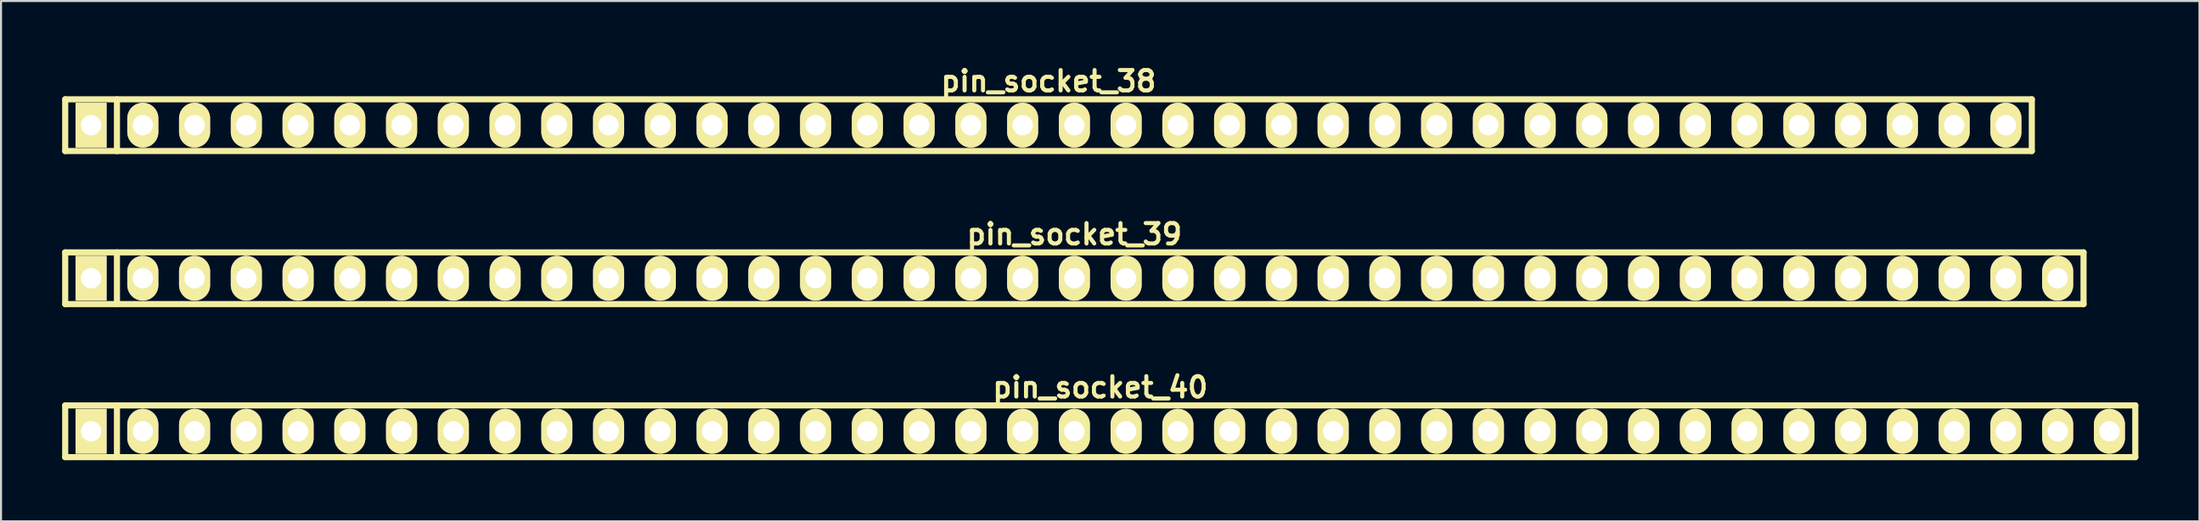
<source format=kicad_pcb>
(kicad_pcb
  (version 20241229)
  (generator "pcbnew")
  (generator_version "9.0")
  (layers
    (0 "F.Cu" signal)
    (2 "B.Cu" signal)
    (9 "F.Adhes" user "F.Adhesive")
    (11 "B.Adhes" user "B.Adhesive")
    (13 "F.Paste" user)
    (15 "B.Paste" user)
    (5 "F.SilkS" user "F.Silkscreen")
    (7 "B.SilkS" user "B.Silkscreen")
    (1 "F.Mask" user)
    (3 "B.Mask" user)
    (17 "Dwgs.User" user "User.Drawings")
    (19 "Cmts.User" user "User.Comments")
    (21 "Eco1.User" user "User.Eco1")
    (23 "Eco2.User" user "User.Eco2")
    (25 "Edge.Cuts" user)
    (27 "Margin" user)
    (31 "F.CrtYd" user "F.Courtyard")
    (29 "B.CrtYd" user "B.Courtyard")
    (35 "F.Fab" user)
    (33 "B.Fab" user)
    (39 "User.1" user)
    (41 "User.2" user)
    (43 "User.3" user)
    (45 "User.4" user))
  (footprint "pin_socket_40"
    (layer "F.Cu")
    (at 50.95 18.125)
    (property "Reference" "pin_socket_40" (at 0 -2.159 0) (layer "F.SilkS") (effects (font (size 1 1) (thickness 0.2))))
    (attr through_hole)
    (fp_line (start -50.8 -1.27) (end 50.8 -1.27) (stroke (width 0.3) (type solid)) (layer "F.SilkS"))
    (fp_line (start -50.8 1.27) (end -50.8 -1.27) (stroke (width 0.3) (type solid)) (layer "F.SilkS"))
    (fp_line (start -48.26 -1.27) (end -48.26 1.27) (stroke (width 0.3) (type solid)) (layer "F.SilkS"))
    (fp_line (start 50.8 -1.27) (end 50.8 1.27) (stroke (width 0.3) (type solid)) (layer "F.SilkS"))
    (fp_line (start 50.8 1.27) (end -50.8 1.27) (stroke (width 0.3) (type solid)) (layer "F.SilkS"))
    (pad "1" thru_hole rect (at -49.53 0) (size 1.524 2.2) (drill 1.001) (layers "*.Cu" "*.Mask" "F.SilkS"))
    (pad "2" thru_hole oval (at -46.99 0) (size 1.524 2.2) (drill 1.001) (layers "*.Cu" "*.Mask" "F.SilkS"))
    (pad "3" thru_hole oval (at -44.45 0) (size 1.524 2.2) (drill 1.001) (layers "*.Cu" "*.Mask" "F.SilkS"))
    (pad "4" thru_hole oval (at -41.91 0) (size 1.524 2.2) (drill 1.001) (layers "*.Cu" "*.Mask" "F.SilkS"))
    (pad "5" thru_hole oval (at -39.37 0) (size 1.524 2.2) (drill 1.001) (layers "*.Cu" "*.Mask" "F.SilkS"))
    (pad "6" thru_hole oval (at -36.83 0) (size 1.524 2.2) (drill 1.001) (layers "*.Cu" "*.Mask" "F.SilkS"))
    (pad "7" thru_hole oval (at -34.29 0) (size 1.524 2.2) (drill 1.001) (layers "*.Cu" "*.Mask" "F.SilkS"))
    (pad "8" thru_hole oval (at -31.75 0) (size 1.524 2.2) (drill 1.001) (layers "*.Cu" "*.Mask" "F.SilkS"))
    (pad "9" thru_hole oval (at -29.21 0) (size 1.524 2.2) (drill 1.001) (layers "*.Cu" "*.Mask" "F.SilkS"))
    (pad "10" thru_hole oval (at -26.67 0) (size 1.524 2.2) (drill 1.001) (layers "*.Cu" "*.Mask" "F.SilkS"))
    (pad "11" thru_hole oval (at -24.13 0) (size 1.524 2.2) (drill 1.001) (layers "*.Cu" "*.Mask" "F.SilkS"))
    (pad "12" thru_hole oval (at -21.59 0) (size 1.524 2.2) (drill 1.001) (layers "*.Cu" "*.Mask" "F.SilkS"))
    (pad "13" thru_hole oval (at -19.05 0) (size 1.524 2.2) (drill 1.001) (layers "*.Cu" "*.Mask" "F.SilkS"))
    (pad "14" thru_hole oval (at -16.51 0) (size 1.524 2.2) (drill 1.001) (layers "*.Cu" "*.Mask" "F.SilkS"))
    (pad "15" thru_hole oval (at -13.97 0) (size 1.524 2.2) (drill 1.001) (layers "*.Cu" "*.Mask" "F.SilkS"))
    (pad "16" thru_hole oval (at -11.43 0) (size 1.524 2.2) (drill 1.001) (layers "*.Cu" "*.Mask" "F.SilkS"))
    (pad "17" thru_hole oval (at -8.89 0) (size 1.524 2.2) (drill 1.001) (layers "*.Cu" "*.Mask" "F.SilkS"))
    (pad "18" thru_hole oval (at -6.35 0) (size 1.524 2.2) (drill 1.001) (layers "*.Cu" "*.Mask" "F.SilkS"))
    (pad "19" thru_hole oval (at -3.81 0) (size 1.524 2.2) (drill 1.001) (layers "*.Cu" "*.Mask" "F.SilkS"))
    (pad "20" thru_hole oval (at -1.27 0) (size 1.524 2.2) (drill 1.001) (layers "*.Cu" "*.Mask" "F.SilkS"))
    (pad "21" thru_hole oval (at 1.27 0) (size 1.524 2.2) (drill 1.001) (layers "*.Cu" "*.Mask" "F.SilkS"))
    (pad "22" thru_hole oval (at 3.81 0) (size 1.524 2.2) (drill 1.001) (layers "*.Cu" "*.Mask" "F.SilkS"))
    (pad "23" thru_hole oval (at 6.35 0) (size 1.524 2.2) (drill 1.001) (layers "*.Cu" "*.Mask" "F.SilkS"))
    (pad "24" thru_hole oval (at 8.89 0) (size 1.524 2.2) (drill 1.001) (layers "*.Cu" "*.Mask" "F.SilkS"))
    (pad "25" thru_hole oval (at 11.43 0) (size 1.524 2.2) (drill 1.001) (layers "*.Cu" "*.Mask" "F.SilkS"))
    (pad "26" thru_hole oval (at 13.97 0) (size 1.524 2.2) (drill 1.001) (layers "*.Cu" "*.Mask" "F.SilkS"))
    (pad "27" thru_hole oval (at 16.51 0) (size 1.524 2.2) (drill 1.001) (layers "*.Cu" "*.Mask" "F.SilkS"))
    (pad "28" thru_hole oval (at 19.05 0) (size 1.524 2.2) (drill 1.001) (layers "*.Cu" "*.Mask" "F.SilkS"))
    (pad "29" thru_hole oval (at 21.59 0) (size 1.524 2.2) (drill 1.001) (layers "*.Cu" "*.Mask" "F.SilkS"))
    (pad "30" thru_hole oval (at 24.13 0) (size 1.524 2.2) (drill 1.001) (layers "*.Cu" "*.Mask" "F.SilkS"))
    (pad "31" thru_hole oval (at 26.67 0) (size 1.524 2.2) (drill 1.001) (layers "*.Cu" "*.Mask" "F.SilkS"))
    (pad "32" thru_hole oval (at 29.21 0) (size 1.524 2.2) (drill 1.001) (layers "*.Cu" "*.Mask" "F.SilkS"))
    (pad "33" thru_hole oval (at 31.75 0) (size 1.524 2.2) (drill 1.001) (layers "*.Cu" "*.Mask" "F.SilkS"))
    (pad "34" thru_hole oval (at 34.29 0) (size 1.524 2.2) (drill 1.001) (layers "*.Cu" "*.Mask" "F.SilkS"))
    (pad "35" thru_hole oval (at 36.83 0) (size 1.524 2.2) (drill 1.001) (layers "*.Cu" "*.Mask" "F.SilkS"))
    (pad "36" thru_hole oval (at 39.37 0) (size 1.524 2.2) (drill 1.001) (layers "*.Cu" "*.Mask" "F.SilkS"))
    (pad "37" thru_hole oval (at 41.91 0) (size 1.524 2.2) (drill 1.001) (layers "*.Cu" "*.Mask" "F.SilkS"))
    (pad "38" thru_hole oval (at 44.45 0) (size 1.524 2.2) (drill 1.001) (layers "*.Cu" "*.Mask" "F.SilkS"))
    (pad "39" thru_hole oval (at 46.99 0) (size 1.524 2.2) (drill 1.001) (layers "*.Cu" "*.Mask" "F.SilkS"))
    (pad "40" thru_hole oval (at 49.53 0) (size 1.524 2.2) (drill 1.001) (layers "*.Cu" "*.Mask" "F.SilkS")))
  (footprint "pin_socket_39"
    (layer "F.Cu")
    (at 49.68 10.61)
    (property "Reference" "pin_socket_39" (at 0 -2.159 0) (layer "F.SilkS") (effects (font (size 1 1) (thickness 0.2))))
    (attr through_hole)
    (fp_line (start -49.53 -1.27) (end 49.53 -1.27) (stroke (width 0.3) (type solid)) (layer "F.SilkS"))
    (fp_line (start -49.53 1.27) (end -49.53 -1.27) (stroke (width 0.3) (type solid)) (layer "F.SilkS"))
    (fp_line (start -46.99 -1.27) (end -46.99 1.27) (stroke (width 0.3) (type solid)) (layer "F.SilkS"))
    (fp_line (start 49.53 -1.27) (end 49.53 1.27) (stroke (width 0.3) (type solid)) (layer "F.SilkS"))
    (fp_line (start 49.53 1.27) (end -49.53 1.27) (stroke (width 0.3) (type solid)) (layer "F.SilkS"))
    (pad "1" thru_hole rect (at -48.26 0) (size 1.524 2.2) (drill 1.001) (layers "*.Cu" "*.Mask" "F.SilkS"))
    (pad "2" thru_hole oval (at -45.72 0) (size 1.524 2.2) (drill 1.001) (layers "*.Cu" "*.Mask" "F.SilkS"))
    (pad "3" thru_hole oval (at -43.18 0) (size 1.524 2.2) (drill 1.001) (layers "*.Cu" "*.Mask" "F.SilkS"))
    (pad "4" thru_hole oval (at -40.64 0) (size 1.524 2.2) (drill 1.001) (layers "*.Cu" "*.Mask" "F.SilkS"))
    (pad "5" thru_hole oval (at -38.1 0) (size 1.524 2.2) (drill 1.001) (layers "*.Cu" "*.Mask" "F.SilkS"))
    (pad "6" thru_hole oval (at -35.56 0) (size 1.524 2.2) (drill 1.001) (layers "*.Cu" "*.Mask" "F.SilkS"))
    (pad "7" thru_hole oval (at -33.02 0) (size 1.524 2.2) (drill 1.001) (layers "*.Cu" "*.Mask" "F.SilkS"))
    (pad "8" thru_hole oval (at -30.48 0) (size 1.524 2.2) (drill 1.001) (layers "*.Cu" "*.Mask" "F.SilkS"))
    (pad "9" thru_hole oval (at -27.94 0) (size 1.524 2.2) (drill 1.001) (layers "*.Cu" "*.Mask" "F.SilkS"))
    (pad "10" thru_hole oval (at -25.4 0) (size 1.524 2.2) (drill 1.001) (layers "*.Cu" "*.Mask" "F.SilkS"))
    (pad "11" thru_hole oval (at -22.86 0) (size 1.524 2.2) (drill 1.001) (layers "*.Cu" "*.Mask" "F.SilkS"))
    (pad "12" thru_hole oval (at -20.32 0) (size 1.524 2.2) (drill 1.001) (layers "*.Cu" "*.Mask" "F.SilkS"))
    (pad "13" thru_hole oval (at -17.78 0) (size 1.524 2.2) (drill 1.001) (layers "*.Cu" "*.Mask" "F.SilkS"))
    (pad "14" thru_hole oval (at -15.24 0) (size 1.524 2.2) (drill 1.001) (layers "*.Cu" "*.Mask" "F.SilkS"))
    (pad "15" thru_hole oval (at -12.7 0) (size 1.524 2.2) (drill 1.001) (layers "*.Cu" "*.Mask" "F.SilkS"))
    (pad "16" thru_hole oval (at -10.16 0) (size 1.524 2.2) (drill 1.001) (layers "*.Cu" "*.Mask" "F.SilkS"))
    (pad "17" thru_hole oval (at -7.62 0) (size 1.524 2.2) (drill 1.001) (layers "*.Cu" "*.Mask" "F.SilkS"))
    (pad "18" thru_hole oval (at -5.08 0) (size 1.524 2.2) (drill 1.001) (layers "*.Cu" "*.Mask" "F.SilkS"))
    (pad "19" thru_hole oval (at -2.54 0) (size 1.524 2.2) (drill 1.001) (layers "*.Cu" "*.Mask" "F.SilkS"))
    (pad "20" thru_hole oval (at 0 0) (size 1.524 2.2) (drill 1.001) (layers "*.Cu" "*.Mask" "F.SilkS"))
    (pad "21" thru_hole oval (at 2.54 0) (size 1.524 2.2) (drill 1.001) (layers "*.Cu" "*.Mask" "F.SilkS"))
    (pad "22" thru_hole oval (at 5.08 0) (size 1.524 2.2) (drill 1.001) (layers "*.Cu" "*.Mask" "F.SilkS"))
    (pad "23" thru_hole oval (at 7.62 0) (size 1.524 2.2) (drill 1.001) (layers "*.Cu" "*.Mask" "F.SilkS"))
    (pad "24" thru_hole oval (at 10.16 0) (size 1.524 2.2) (drill 1.001) (layers "*.Cu" "*.Mask" "F.SilkS"))
    (pad "25" thru_hole oval (at 12.7 0) (size 1.524 2.2) (drill 1.001) (layers "*.Cu" "*.Mask" "F.SilkS"))
    (pad "26" thru_hole oval (at 15.24 0) (size 1.524 2.2) (drill 1.001) (layers "*.Cu" "*.Mask" "F.SilkS"))
    (pad "27" thru_hole oval (at 17.78 0) (size 1.524 2.2) (drill 1.001) (layers "*.Cu" "*.Mask" "F.SilkS"))
    (pad "28" thru_hole oval (at 20.32 0) (size 1.524 2.2) (drill 1.001) (layers "*.Cu" "*.Mask" "F.SilkS"))
    (pad "29" thru_hole oval (at 22.86 0) (size 1.524 2.2) (drill 1.001) (layers "*.Cu" "*.Mask" "F.SilkS"))
    (pad "30" thru_hole oval (at 25.4 0) (size 1.524 2.2) (drill 1.001) (layers "*.Cu" "*.Mask" "F.SilkS"))
    (pad "31" thru_hole oval (at 27.94 0) (size 1.524 2.2) (drill 1.001) (layers "*.Cu" "*.Mask" "F.SilkS"))
    (pad "32" thru_hole oval (at 30.48 0) (size 1.524 2.2) (drill 1.001) (layers "*.Cu" "*.Mask" "F.SilkS"))
    (pad "33" thru_hole oval (at 33.02 0) (size 1.524 2.2) (drill 1.001) (layers "*.Cu" "*.Mask" "F.SilkS"))
    (pad "34" thru_hole oval (at 35.56 0) (size 1.524 2.2) (drill 1.001) (layers "*.Cu" "*.Mask" "F.SilkS"))
    (pad "35" thru_hole oval (at 38.1 0) (size 1.524 2.2) (drill 1.001) (layers "*.Cu" "*.Mask" "F.SilkS"))
    (pad "36" thru_hole oval (at 40.64 0) (size 1.524 2.2) (drill 1.001) (layers "*.Cu" "*.Mask" "F.SilkS"))
    (pad "37" thru_hole oval (at 43.18 0) (size 1.524 2.2) (drill 1.001) (layers "*.Cu" "*.Mask" "F.SilkS"))
    (pad "38" thru_hole oval (at 45.72 0) (size 1.524 2.2) (drill 1.001) (layers "*.Cu" "*.Mask" "F.SilkS"))
    (pad "39" thru_hole oval (at 48.26 0) (size 1.524 2.2) (drill 1.001) (layers "*.Cu" "*.Mask" "F.SilkS")))
  (footprint "pin_socket_38"
    (layer "F.Cu")
    (at 48.41 3.095)
    (property "Reference" "pin_socket_38" (at 0 -2.159 0) (layer "F.SilkS") (effects (font (size 1 1) (thickness 0.2))))
    (attr through_hole)
    (fp_line (start -48.26 -1.27) (end 48.26 -1.27) (stroke (width 0.3) (type solid)) (layer "F.SilkS"))
    (fp_line (start -48.26 1.27) (end -48.26 -1.27) (stroke (width 0.3) (type solid)) (layer "F.SilkS"))
    (fp_line (start -45.72 -1.27) (end -45.72 1.27) (stroke (width 0.3) (type solid)) (layer "F.SilkS"))
    (fp_line (start 48.26 -1.27) (end 48.26 1.27) (stroke (width 0.3) (type solid)) (layer "F.SilkS"))
    (fp_line (start 48.26 1.27) (end -48.26 1.27) (stroke (width 0.3) (type solid)) (layer "F.SilkS"))
    (pad "1" thru_hole rect (at -46.99 0) (size 1.524 2.2) (drill 1.001) (layers "*.Cu" "*.Mask" "F.SilkS"))
    (pad "2" thru_hole oval (at -44.45 0) (size 1.524 2.2) (drill 1.001) (layers "*.Cu" "*.Mask" "F.SilkS"))
    (pad "3" thru_hole oval (at -41.91 0) (size 1.524 2.2) (drill 1.001) (layers "*.Cu" "*.Mask" "F.SilkS"))
    (pad "4" thru_hole oval (at -39.37 0) (size 1.524 2.2) (drill 1.001) (layers "*.Cu" "*.Mask" "F.SilkS"))
    (pad "5" thru_hole oval (at -36.83 0) (size 1.524 2.2) (drill 1.001) (layers "*.Cu" "*.Mask" "F.SilkS"))
    (pad "6" thru_hole oval (at -34.29 0) (size 1.524 2.2) (drill 1.001) (layers "*.Cu" "*.Mask" "F.SilkS"))
    (pad "7" thru_hole oval (at -31.75 0) (size 1.524 2.2) (drill 1.001) (layers "*.Cu" "*.Mask" "F.SilkS"))
    (pad "8" thru_hole oval (at -29.21 0) (size 1.524 2.2) (drill 1.001) (layers "*.Cu" "*.Mask" "F.SilkS"))
    (pad "9" thru_hole oval (at -26.67 0) (size 1.524 2.2) (drill 1.001) (layers "*.Cu" "*.Mask" "F.SilkS"))
    (pad "10" thru_hole oval (at -24.13 0) (size 1.524 2.2) (drill 1.001) (layers "*.Cu" "*.Mask" "F.SilkS"))
    (pad "11" thru_hole oval (at -21.59 0) (size 1.524 2.2) (drill 1.001) (layers "*.Cu" "*.Mask" "F.SilkS"))
    (pad "12" thru_hole oval (at -19.05 0) (size 1.524 2.2) (drill 1.001) (layers "*.Cu" "*.Mask" "F.SilkS"))
    (pad "13" thru_hole oval (at -16.51 0) (size 1.524 2.2) (drill 1.001) (layers "*.Cu" "*.Mask" "F.SilkS"))
    (pad "14" thru_hole oval (at -13.97 0) (size 1.524 2.2) (drill 1.001) (layers "*.Cu" "*.Mask" "F.SilkS"))
    (pad "15" thru_hole oval (at -11.43 0) (size 1.524 2.2) (drill 1.001) (layers "*.Cu" "*.Mask" "F.SilkS"))
    (pad "16" thru_hole oval (at -8.89 0) (size 1.524 2.2) (drill 1.001) (layers "*.Cu" "*.Mask" "F.SilkS"))
    (pad "17" thru_hole oval (at -6.35 0) (size 1.524 2.2) (drill 1.001) (layers "*.Cu" "*.Mask" "F.SilkS"))
    (pad "18" thru_hole oval (at -3.81 0) (size 1.524 2.2) (drill 1.001) (layers "*.Cu" "*.Mask" "F.SilkS"))
    (pad "19" thru_hole oval (at -1.27 0) (size 1.524 2.2) (drill 1.001) (layers "*.Cu" "*.Mask" "F.SilkS"))
    (pad "20" thru_hole oval (at 1.27 0) (size 1.524 2.2) (drill 1.001) (layers "*.Cu" "*.Mask" "F.SilkS"))
    (pad "21" thru_hole oval (at 3.81 0) (size 1.524 2.2) (drill 1.001) (layers "*.Cu" "*.Mask" "F.SilkS"))
    (pad "22" thru_hole oval (at 6.35 0) (size 1.524 2.2) (drill 1.001) (layers "*.Cu" "*.Mask" "F.SilkS"))
    (pad "23" thru_hole oval (at 8.89 0) (size 1.524 2.2) (drill 1.001) (layers "*.Cu" "*.Mask" "F.SilkS"))
    (pad "24" thru_hole oval (at 11.43 0) (size 1.524 2.2) (drill 1.001) (layers "*.Cu" "*.Mask" "F.SilkS"))
    (pad "25" thru_hole oval (at 13.97 0) (size 1.524 2.2) (drill 1.001) (layers "*.Cu" "*.Mask" "F.SilkS"))
    (pad "26" thru_hole oval (at 16.51 0) (size 1.524 2.2) (drill 1.001) (layers "*.Cu" "*.Mask" "F.SilkS"))
    (pad "27" thru_hole oval (at 19.05 0) (size 1.524 2.2) (drill 1.001) (layers "*.Cu" "*.Mask" "F.SilkS"))
    (pad "28" thru_hole oval (at 21.59 0) (size 1.524 2.2) (drill 1.001) (layers "*.Cu" "*.Mask" "F.SilkS"))
    (pad "29" thru_hole oval (at 24.13 0) (size 1.524 2.2) (drill 1.001) (layers "*.Cu" "*.Mask" "F.SilkS"))
    (pad "30" thru_hole oval (at 26.67 0) (size 1.524 2.2) (drill 1.001) (layers "*.Cu" "*.Mask" "F.SilkS"))
    (pad "31" thru_hole oval (at 29.21 0) (size 1.524 2.2) (drill 1.001) (layers "*.Cu" "*.Mask" "F.SilkS"))
    (pad "32" thru_hole oval (at 31.75 0) (size 1.524 2.2) (drill 1.001) (layers "*.Cu" "*.Mask" "F.SilkS"))
    (pad "33" thru_hole oval (at 34.29 0) (size 1.524 2.2) (drill 1.001) (layers "*.Cu" "*.Mask" "F.SilkS"))
    (pad "34" thru_hole oval (at 36.83 0) (size 1.524 2.2) (drill 1.001) (layers "*.Cu" "*.Mask" "F.SilkS"))
    (pad "35" thru_hole oval (at 39.37 0) (size 1.524 2.2) (drill 1.001) (layers "*.Cu" "*.Mask" "F.SilkS"))
    (pad "36" thru_hole oval (at 41.91 0) (size 1.524 2.2) (drill 1.001) (layers "*.Cu" "*.Mask" "F.SilkS"))
    (pad "37" thru_hole oval (at 44.45 0) (size 1.524 2.2) (drill 1.001) (layers "*.Cu" "*.Mask" "F.SilkS"))
    (pad "38" thru_hole oval (at 46.99 0) (size 1.524 2.2) (drill 1.001) (layers "*.Cu" "*.Mask" "F.SilkS")))
  (gr_rect
    (start -3 -3)
    (end 104.9 22.545)
    (stroke (width 0.1) (type default))
    (fill no)
    (layer "Edge.Cuts")))
</source>
